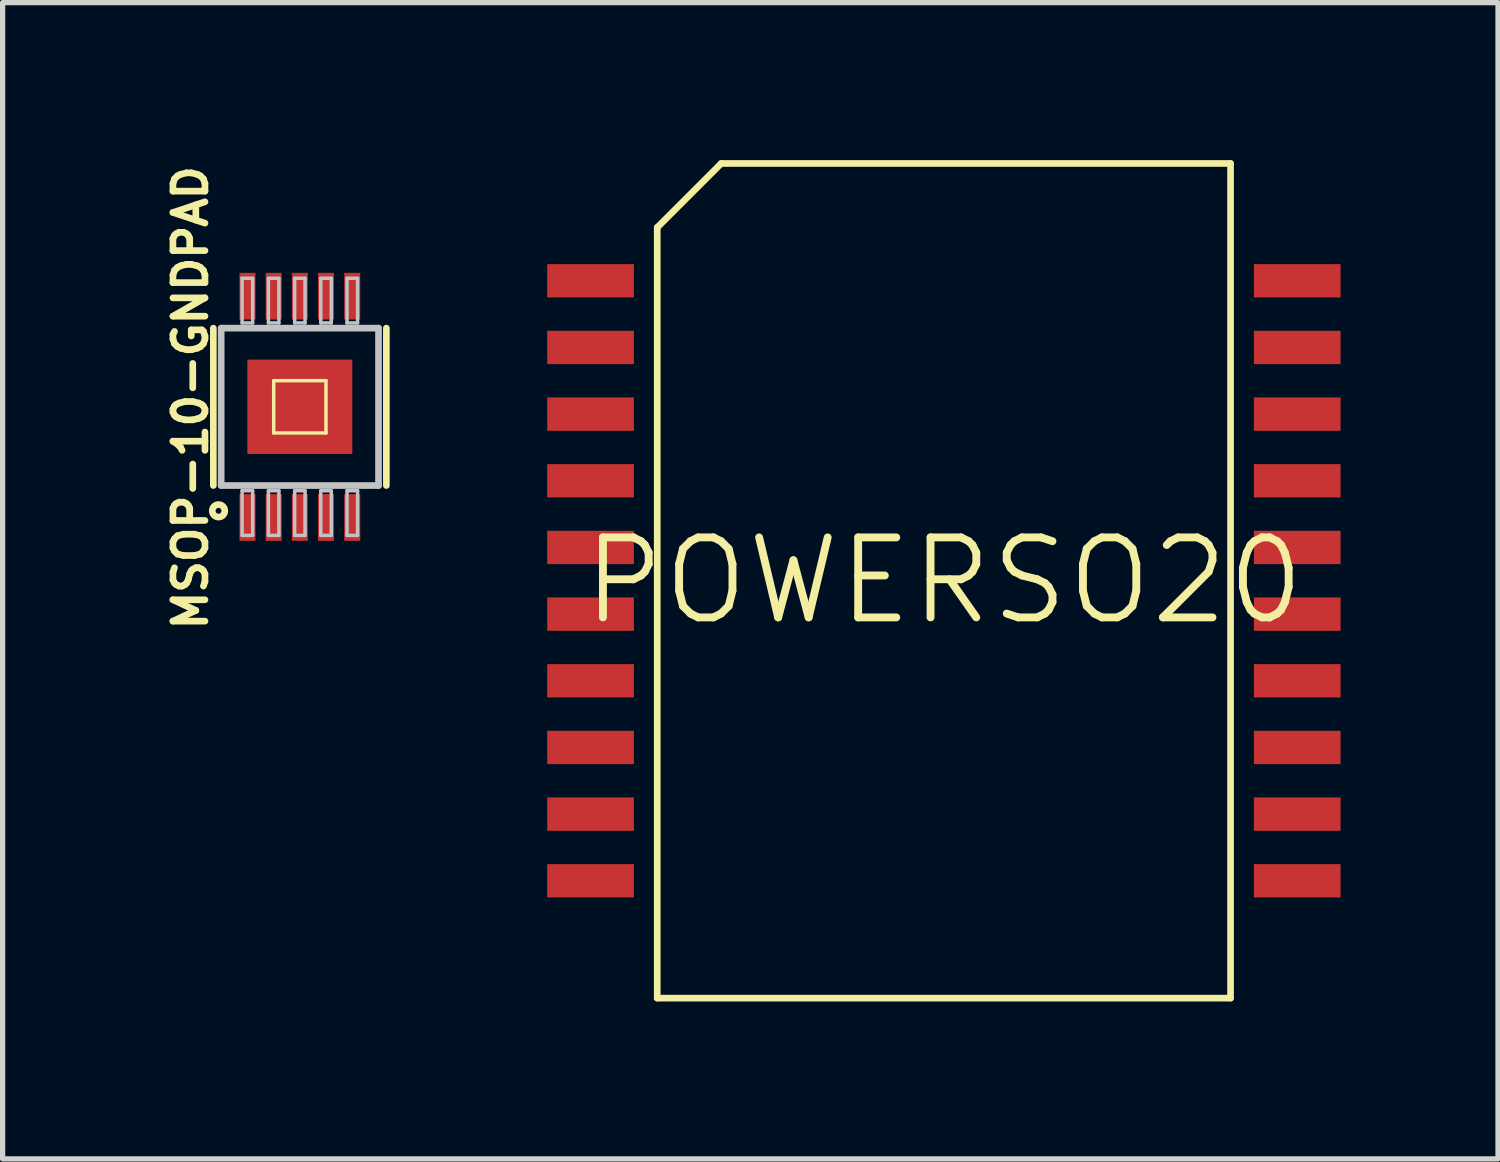
<source format=kicad_pcb>
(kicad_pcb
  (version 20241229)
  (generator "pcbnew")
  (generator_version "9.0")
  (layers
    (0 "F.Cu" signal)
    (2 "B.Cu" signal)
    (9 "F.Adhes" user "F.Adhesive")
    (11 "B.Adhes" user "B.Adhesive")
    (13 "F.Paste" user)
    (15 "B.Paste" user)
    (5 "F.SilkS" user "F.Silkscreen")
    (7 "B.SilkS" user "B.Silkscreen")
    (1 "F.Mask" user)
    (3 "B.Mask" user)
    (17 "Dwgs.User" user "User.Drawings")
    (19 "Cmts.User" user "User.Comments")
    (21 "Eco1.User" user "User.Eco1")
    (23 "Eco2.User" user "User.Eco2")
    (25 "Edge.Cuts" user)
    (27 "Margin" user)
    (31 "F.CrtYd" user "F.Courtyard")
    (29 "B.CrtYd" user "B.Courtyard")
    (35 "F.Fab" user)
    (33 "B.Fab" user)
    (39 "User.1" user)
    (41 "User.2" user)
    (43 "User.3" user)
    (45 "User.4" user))
  (footprint "POWERSO20"
    (layer "F.Cu")
    (at 14.931 8.014)
    (property "Reference" "POWERSO20" (at 0 0 0) (layer "F.SilkS") (effects (font (size 1.524 1.524) (thickness 0.15))))
    (attr smd)
    (fp_line (start -5.461 -6.731) (end -5.461 7.95) (stroke (width 0.127) (type solid)) (layer "F.SilkS"))
    (fp_line (start -5.461 -6.731) (end -4.242 -7.95) (stroke (width 0.127) (type solid)) (layer "F.SilkS"))
    (fp_line (start -5.461 7.95) (end 5.461 7.95) (stroke (width 0.127) (type solid)) (layer "F.SilkS"))
    (fp_line (start 5.461 -7.95) (end -4.242 -7.95) (stroke (width 0.127) (type solid)) (layer "F.SilkS"))
    (fp_line (start 5.461 -7.95) (end 5.461 7.95) (stroke (width 0.127) (type solid)) (layer "F.SilkS"))
    (pad "1" smd rect (at -6.731 -5.715) (size 1.651 0.635) (layers "F.Cu" "F.Mask" "F.Paste"))
    (pad "2" smd rect (at -6.731 -4.445) (size 1.651 0.635) (layers "F.Cu" "F.Mask" "F.Paste"))
    (pad "3" smd rect (at -6.731 -3.175) (size 1.651 0.635) (layers "F.Cu" "F.Mask" "F.Paste"))
    (pad "4" smd rect (at -6.731 -1.905) (size 1.651 0.635) (layers "F.Cu" "F.Mask" "F.Paste"))
    (pad "5" smd rect (at -6.731 -0.635) (size 1.651 0.635) (layers "F.Cu" "F.Mask" "F.Paste"))
    (pad "6" smd rect (at -6.731 0.635) (size 1.651 0.635) (layers "F.Cu" "F.Mask" "F.Paste"))
    (pad "7" smd rect (at -6.731 1.905) (size 1.651 0.635) (layers "F.Cu" "F.Mask" "F.Paste"))
    (pad "8" smd rect (at -6.731 3.175) (size 1.651 0.635) (layers "F.Cu" "F.Mask" "F.Paste"))
    (pad "9" smd rect (at -6.731 4.445) (size 1.651 0.635) (layers "F.Cu" "F.Mask" "F.Paste"))
    (pad "10" smd rect (at -6.731 5.715) (size 1.651 0.635) (layers "F.Cu" "F.Mask" "F.Paste"))
    (pad "11" smd rect (at 6.731 5.715) (size 1.651 0.635) (layers "F.Cu" "F.Mask" "F.Paste"))
    (pad "12" smd rect (at 6.731 4.445) (size 1.651 0.635) (layers "F.Cu" "F.Mask" "F.Paste"))
    (pad "13" smd rect (at 6.731 3.175) (size 1.651 0.635) (layers "F.Cu" "F.Mask" "F.Paste"))
    (pad "14" smd rect (at 6.731 1.905) (size 1.651 0.635) (layers "F.Cu" "F.Mask" "F.Paste"))
    (pad "15" smd rect (at 6.731 0.635) (size 1.651 0.635) (layers "F.Cu" "F.Mask" "F.Paste"))
    (pad "16" smd rect (at 6.731 -0.635) (size 1.651 0.635) (layers "F.Cu" "F.Mask" "F.Paste"))
    (pad "17" smd rect (at 6.731 -1.905) (size 1.651 0.635) (layers "F.Cu" "F.Mask" "F.Paste"))
    (pad "18" smd rect (at 6.731 -3.175) (size 1.651 0.635) (layers "F.Cu" "F.Mask" "F.Paste"))
    (pad "19" smd rect (at 6.731 -4.445) (size 1.651 0.635) (layers "F.Cu" "F.Mask" "F.Paste"))
    (pad "20" smd rect (at 6.731 -5.715) (size 1.651 0.635) (layers "F.Cu" "F.Mask" "F.Paste")))
  (footprint "MSOP-10-GNDPAD"
    (layer "F.Cu")
    (at 2.662 4.7)
    (property "Reference" "MSOP-10-GNDPAD" (at -2.083 -0.173 90) (layer "F.SilkS") (effects (font (size 0.61 0.61) (thickness 0.127))))
    (attr smd)
    (fp_line (start -1.648 -1.499) (end -1.648 1.499) (stroke (width 0.127) (type solid)) (layer "F.SilkS"))
    (fp_line (start -0.498 -0.498) (end 0.498 -0.498) (stroke (width 0.066) (type solid)) (layer "F.SilkS"))
    (fp_line (start -0.498 0.498) (end -0.498 -0.498) (stroke (width 0.066) (type solid)) (layer "F.SilkS"))
    (fp_line (start -0.498 0.498) (end 0.498 0.498) (stroke (width 0.066) (type solid)) (layer "F.SilkS"))
    (fp_line (start 0.498 0.498) (end 0.498 -0.498) (stroke (width 0.066) (type solid)) (layer "F.SilkS"))
    (fp_line (start 1.648 -1.499) (end 1.648 1.499) (stroke (width 0.127) (type solid)) (layer "F.SilkS"))
    (fp_circle (center -1.549 1.981) (end -1.549 1.925) (stroke (width 0.127) (type solid)) (fill no) (layer "F.SilkS"))
    (fp_line (start -1.499 -1.499) (end -1.499 1.499) (stroke (width 0.127) (type solid)) (layer "Dwgs.User"))
    (fp_line (start -1.499 1.499) (end 1.499 1.499) (stroke (width 0.127) (type solid)) (layer "Dwgs.User"))
    (fp_line (start -1.1 -2.449) (end -0.899 -2.449) (stroke (width 0.066) (type solid)) (layer "Dwgs.User"))
    (fp_line (start -1.1 -1.598) (end -1.1 -2.449) (stroke (width 0.066) (type solid)) (layer "Dwgs.User"))
    (fp_line (start -1.1 -1.598) (end -0.899 -1.598) (stroke (width 0.066) (type solid)) (layer "Dwgs.User"))
    (fp_line (start -1.1 1.598) (end -0.899 1.598) (stroke (width 0.066) (type solid)) (layer "Dwgs.User"))
    (fp_line (start -1.1 2.449) (end -1.1 1.598) (stroke (width 0.066) (type solid)) (layer "Dwgs.User"))
    (fp_line (start -1.1 2.449) (end -0.899 2.449) (stroke (width 0.066) (type solid)) (layer "Dwgs.User"))
    (fp_line (start -0.899 -1.598) (end -0.899 -2.449) (stroke (width 0.066) (type solid)) (layer "Dwgs.User"))
    (fp_line (start -0.899 2.449) (end -0.899 1.598) (stroke (width 0.066) (type solid)) (layer "Dwgs.User"))
    (fp_line (start -0.599 -2.449) (end -0.399 -2.449) (stroke (width 0.066) (type solid)) (layer "Dwgs.User"))
    (fp_line (start -0.599 -1.598) (end -0.599 -2.449) (stroke (width 0.066) (type solid)) (layer "Dwgs.User"))
    (fp_line (start -0.599 -1.598) (end -0.399 -1.598) (stroke (width 0.066) (type solid)) (layer "Dwgs.User"))
    (fp_line (start -0.599 1.598) (end -0.399 1.598) (stroke (width 0.066) (type solid)) (layer "Dwgs.User"))
    (fp_line (start -0.599 2.449) (end -0.599 1.598) (stroke (width 0.066) (type solid)) (layer "Dwgs.User"))
    (fp_line (start -0.599 2.449) (end -0.399 2.449) (stroke (width 0.066) (type solid)) (layer "Dwgs.User"))
    (fp_line (start -0.399 -1.598) (end -0.399 -2.449) (stroke (width 0.066) (type solid)) (layer "Dwgs.User"))
    (fp_line (start -0.399 2.449) (end -0.399 1.598) (stroke (width 0.066) (type solid)) (layer "Dwgs.User"))
    (fp_line (start -0.099 -2.449) (end 0.099 -2.449) (stroke (width 0.066) (type solid)) (layer "Dwgs.User"))
    (fp_line (start -0.099 -1.598) (end -0.099 -2.449) (stroke (width 0.066) (type solid)) (layer "Dwgs.User"))
    (fp_line (start -0.099 -1.598) (end 0.099 -1.598) (stroke (width 0.066) (type solid)) (layer "Dwgs.User"))
    (fp_line (start -0.099 1.598) (end 0.099 1.598) (stroke (width 0.066) (type solid)) (layer "Dwgs.User"))
    (fp_line (start -0.099 2.449) (end -0.099 1.598) (stroke (width 0.066) (type solid)) (layer "Dwgs.User"))
    (fp_line (start -0.099 2.449) (end 0.099 2.449) (stroke (width 0.066) (type solid)) (layer "Dwgs.User"))
    (fp_line (start 0.099 -1.598) (end 0.099 -2.449) (stroke (width 0.066) (type solid)) (layer "Dwgs.User"))
    (fp_line (start 0.099 2.449) (end 0.099 1.598) (stroke (width 0.066) (type solid)) (layer "Dwgs.User"))
    (fp_line (start 0.399 -2.449) (end 0.599 -2.449) (stroke (width 0.066) (type solid)) (layer "Dwgs.User"))
    (fp_line (start 0.399 -1.598) (end 0.399 -2.449) (stroke (width 0.066) (type solid)) (layer "Dwgs.User"))
    (fp_line (start 0.399 -1.598) (end 0.599 -1.598) (stroke (width 0.066) (type solid)) (layer "Dwgs.User"))
    (fp_line (start 0.399 1.598) (end 0.599 1.598) (stroke (width 0.066) (type solid)) (layer "Dwgs.User"))
    (fp_line (start 0.399 2.449) (end 0.399 1.598) (stroke (width 0.066) (type solid)) (layer "Dwgs.User"))
    (fp_line (start 0.399 2.449) (end 0.599 2.449) (stroke (width 0.066) (type solid)) (layer "Dwgs.User"))
    (fp_line (start 0.599 -1.598) (end 0.599 -2.449) (stroke (width 0.066) (type solid)) (layer "Dwgs.User"))
    (fp_line (start 0.599 2.449) (end 0.599 1.598) (stroke (width 0.066) (type solid)) (layer "Dwgs.User"))
    (fp_line (start 0.899 -2.449) (end 1.1 -2.449) (stroke (width 0.066) (type solid)) (layer "Dwgs.User"))
    (fp_line (start 0.899 -1.598) (end 0.899 -2.449) (stroke (width 0.066) (type solid)) (layer "Dwgs.User"))
    (fp_line (start 0.899 -1.598) (end 1.1 -1.598) (stroke (width 0.066) (type solid)) (layer "Dwgs.User"))
    (fp_line (start 0.899 1.598) (end 1.1 1.598) (stroke (width 0.066) (type solid)) (layer "Dwgs.User"))
    (fp_line (start 0.899 2.449) (end 0.899 1.598) (stroke (width 0.066) (type solid)) (layer "Dwgs.User"))
    (fp_line (start 0.899 2.449) (end 1.1 2.449) (stroke (width 0.066) (type solid)) (layer "Dwgs.User"))
    (fp_line (start 1.1 -1.598) (end 1.1 -2.449) (stroke (width 0.066) (type solid)) (layer "Dwgs.User"))
    (fp_line (start 1.1 2.449) (end 1.1 1.598) (stroke (width 0.066) (type solid)) (layer "Dwgs.User"))
    (fp_line (start 1.499 -1.499) (end -1.499 -1.499) (stroke (width 0.127) (type solid)) (layer "Dwgs.User"))
    (fp_line (start 1.499 1.499) (end 1.499 -1.499) (stroke (width 0.127) (type solid)) (layer "Dwgs.User"))
    (pad "1" smd rect (at -0.998 2.108) (size 0.305 0.889) (layers "F.Cu" "F.Mask" "F.Paste"))
    (pad "2" smd rect (at -0.498 2.108) (size 0.305 0.889) (layers "F.Cu" "F.Mask" "F.Paste"))
    (pad "3" smd rect (at 0 2.108) (size 0.305 0.889) (layers "F.Cu" "F.Mask" "F.Paste"))
    (pad "4" smd rect (at 0.498 2.108) (size 0.305 0.889) (layers "F.Cu" "F.Mask" "F.Paste"))
    (pad "5" smd rect (at 0.998 2.108) (size 0.305 0.889) (layers "F.Cu" "F.Mask" "F.Paste"))
    (pad "6" smd rect (at 0.998 -2.108) (size 0.305 0.889) (layers "F.Cu" "F.Mask" "F.Paste"))
    (pad "7" smd rect (at 0.498 -2.108) (size 0.305 0.889) (layers "F.Cu" "F.Mask" "F.Paste"))
    (pad "8" smd rect (at 0 -2.108) (size 0.305 0.889) (layers "F.Cu" "F.Mask" "F.Paste"))
    (pad "9" smd rect (at -0.498 -2.108) (size 0.305 0.889) (layers "F.Cu" "F.Mask" "F.Paste"))
    (pad "10" smd rect (at -0.998 -2.108) (size 0.305 0.889) (layers "F.Cu" "F.Mask" "F.Paste"))
    (pad "GND" smd rect (at 0 0 180) (size 1.999 1.798) (layers "F.Cu" "F.Mask" "F.Paste")))
  (gr_rect
    (start -3 -3)
    (end 25.487 19.027)
    (stroke (width 0.1) (type default))
    (fill no)
    (layer "Edge.Cuts")))
</source>
